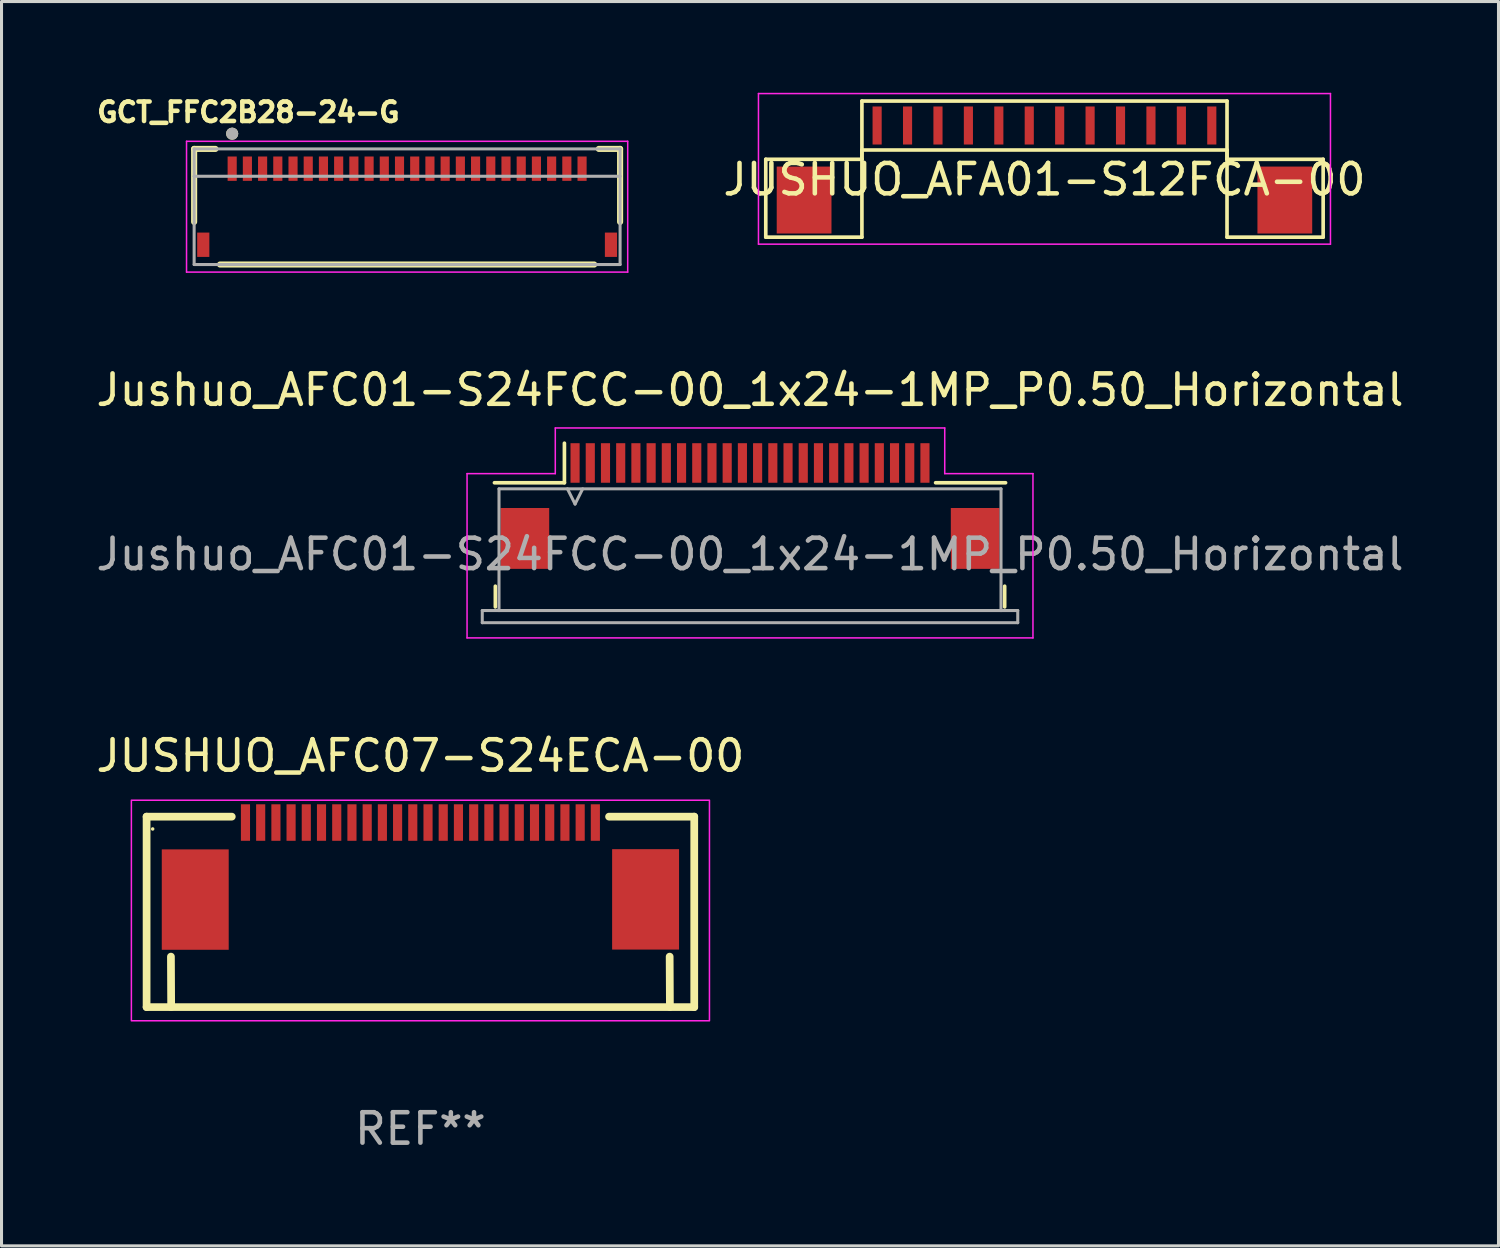
<source format=kicad_pcb>
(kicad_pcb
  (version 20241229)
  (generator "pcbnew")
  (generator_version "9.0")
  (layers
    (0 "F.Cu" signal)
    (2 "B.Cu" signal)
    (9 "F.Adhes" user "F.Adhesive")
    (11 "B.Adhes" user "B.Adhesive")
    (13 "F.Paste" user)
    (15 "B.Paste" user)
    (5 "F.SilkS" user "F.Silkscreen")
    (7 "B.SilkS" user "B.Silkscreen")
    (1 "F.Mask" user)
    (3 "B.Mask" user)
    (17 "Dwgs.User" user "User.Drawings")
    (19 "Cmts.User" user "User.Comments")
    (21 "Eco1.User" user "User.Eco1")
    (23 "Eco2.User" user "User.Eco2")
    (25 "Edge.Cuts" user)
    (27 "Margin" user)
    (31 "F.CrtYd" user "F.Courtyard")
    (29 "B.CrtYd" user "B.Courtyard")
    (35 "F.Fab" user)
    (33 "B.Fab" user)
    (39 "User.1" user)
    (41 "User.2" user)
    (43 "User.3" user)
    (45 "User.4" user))
  (footprint "JUSHUO_AFA01-S12FCA-00"
    (layer "F.Cu")
    (at 31.279 1.075)
    (property "Reference" "JUSHUO_AFA01-S12FCA-00" (at 0 1.775 0) (layer "F.SilkS") (effects (font (size 1 1) (thickness 0.15))))
    (attr through_hole)
    (fp_line (start -9.16 1.11) (end -6 1.11) (stroke (width 0.12) (type default)) (layer "F.SilkS"))
    (fp_line (start -9.16 3.67) (end -9.16 1.11) (stroke (width 0.12) (type default)) (layer "F.SilkS"))
    (fp_line (start -6 -0.805) (end 6 -0.805) (stroke (width 0.12) (type default)) (layer "F.SilkS"))
    (fp_line (start -6 0.805) (end -6 3.67) (stroke (width 0.12) (type default)) (layer "F.SilkS"))
    (fp_line (start -6 0.805) (end 6 0.805) (stroke (width 0.12) (type default)) (layer "F.SilkS"))
    (fp_line (start -6 1.11) (end -6 -0.805) (stroke (width 0.12) (type default)) (layer "F.SilkS"))
    (fp_line (start -6 3.67) (end -9.16 3.67) (stroke (width 0.12) (type default)) (layer "F.SilkS"))
    (fp_line (start 6 0.805) (end 6 3.67) (stroke (width 0.12) (type default)) (layer "F.SilkS"))
    (fp_line (start 6 1.11) (end 6 -0.805) (stroke (width 0.12) (type default)) (layer "F.SilkS"))
    (fp_line (start 6 3.67) (end 9.16 3.67) (stroke (width 0.12) (type default)) (layer "F.SilkS"))
    (fp_line (start 9.16 1.11) (end 6 1.11) (stroke (width 0.12) (type default)) (layer "F.SilkS"))
    (fp_line (start 9.16 3.67) (end 9.16 1.11) (stroke (width 0.12) (type default)) (layer "F.SilkS"))
    (fp_line (start -9.4 -1.05) (end -9.4 3.9) (stroke (width 0.05) (type default)) (layer "F.CrtYd"))
    (fp_line (start -9.4 -1.05) (end 9.4 -1.05) (stroke (width 0.05) (type default)) (layer "F.CrtYd"))
    (fp_line (start -9.4 3.9) (end 9.4 3.9) (stroke (width 0.05) (type default)) (layer "F.CrtYd"))
    (fp_line (start 9.4 -1.05) (end 9.4 3.9) (stroke (width 0.05) (type default)) (layer "F.CrtYd"))
    (pad "" smd rect (at -7.9 2.45) (size 1.8 2.2) (layers "F.Cu" "F.Mask" "F.Paste"))
    (pad "" smd rect (at 7.9 2.45) (size 1.8 2.2) (layers "F.Cu" "F.Mask" "F.Paste"))
    (pad "1" smd rect (at -5.5 0) (size 0.3 1.25) (layers "F.Cu" "F.Mask" "F.Paste"))
    (pad "2" smd rect (at -4.5 0) (size 0.3 1.25) (layers "F.Cu" "F.Mask" "F.Paste"))
    (pad "3" smd rect (at -3.5 0) (size 0.3 1.25) (layers "F.Cu" "F.Mask" "F.Paste"))
    (pad "4" smd rect (at -2.5 0) (size 0.3 1.25) (layers "F.Cu" "F.Mask" "F.Paste"))
    (pad "5" smd rect (at -1.5 0) (size 0.3 1.25) (layers "F.Cu" "F.Mask" "F.Paste"))
    (pad "6" smd rect (at -0.5 0) (size 0.3 1.25) (layers "F.Cu" "F.Mask" "F.Paste"))
    (pad "7" smd rect (at 0.5 0) (size 0.3 1.25) (layers "F.Cu" "F.Mask" "F.Paste"))
    (pad "8" smd rect (at 1.5 0) (size 0.3 1.25) (layers "F.Cu" "F.Mask" "F.Paste"))
    (pad "9" smd rect (at 2.5 0) (size 0.3 1.25) (layers "F.Cu" "F.Mask" "F.Paste"))
    (pad "10" smd rect (at 3.5 0) (size 0.3 1.25) (layers "F.Cu" "F.Mask" "F.Paste"))
    (pad "11" smd rect (at 4.5 0) (size 0.3 1.25) (layers "F.Cu" "F.Mask" "F.Paste"))
    (pad "12" smd rect (at 5.5 0) (size 0.3 1.25) (layers "F.Cu" "F.Mask" "F.Paste")))
  (footprint "JUSHUO_AFC07-S24ECA-00"
    (layer "F.Cu")
    (at 10.768 25.251)
    (property "Reference" "JUSHUO_AFC07-S24ECA-00" (at 0.000025 -3.46 0) (layer "F.SilkS") (effects (font (size 1 1) (thickness 0.15))))
    (attr smd)
    (fp_line (start -9 4.8) (end -9 -1.46) (stroke (width 0.254) (type solid)) (layer "F.SilkS"))
    (fp_line (start -9 4.8) (end 9 4.8) (stroke (width 0.254) (type solid)) (layer "F.SilkS"))
    (fp_line (start -9 -1.46) (end -6.2 -1.46) (stroke (width 0.254) (type solid)) (layer "F.SilkS"))
    (fp_line (start -8.192 4.8) (end -8.2 3.141) (stroke (width 0.254) (type solid)) (layer "F.SilkS"))
    (fp_line (start 6.2 -1.46) (end 9 -1.46) (stroke (width 0.254) (type solid)) (layer "F.SilkS"))
    (fp_line (start 8.192 3.141) (end 8.2 4.8) (stroke (width 0.254) (type solid)) (layer "F.SilkS"))
    (fp_line (start 9 -1.46) (end 9 4.8) (stroke (width 0.254) (type solid)) (layer "F.SilkS"))
    (fp_circle (center -8.8 -1.055) (end -8.77 -1.055) (stroke (width 0.06) (type solid)) (fill no) (layer "F.SilkS"))
    (fp_rect (start -9.5 -2) (end 9.5 5.25) (stroke (width 0.05) (type default)) (fill no) (layer "F.CrtYd"))
    (fp_text user "REF**" (at 0.000025 8.8 0) (layer "F.Fab") (effects (font (size 1 1) (thickness 0.15))))
    (pad "1" smd rect (at -5.75 -1.266 180) (size 0.3 1.2) (layers "F.Cu" "F.Mask" "F.Paste"))
    (pad "2" smd rect (at -5.25 -1.266 180) (size 0.3 1.2) (layers "F.Cu" "F.Mask" "F.Paste"))
    (pad "3" smd rect (at -4.749 -1.266 180) (size 0.3 1.2) (layers "F.Cu" "F.Mask" "F.Paste"))
    (pad "4" smd rect (at -4.251 -1.266 180) (size 0.3 1.2) (layers "F.Cu" "F.Mask" "F.Paste"))
    (pad "5" smd rect (at -3.751 -1.266 180) (size 0.3 1.2) (layers "F.Cu" "F.Mask" "F.Paste"))
    (pad "6" smd rect (at -3.251 -1.266 180) (size 0.3 1.2) (layers "F.Cu" "F.Mask" "F.Paste"))
    (pad "7" smd rect (at -2.75 -1.266 180) (size 0.3 1.2) (layers "F.Cu" "F.Mask" "F.Paste"))
    (pad "8" smd rect (at -2.25 -1.266 180) (size 0.3 1.2) (layers "F.Cu" "F.Mask" "F.Paste"))
    (pad "9" smd rect (at -1.749 -1.266 180) (size 0.3 1.2) (layers "F.Cu" "F.Mask" "F.Paste"))
    (pad "10" smd rect (at -1.25 -1.266 180) (size 0.3 1.2) (layers "F.Cu" "F.Mask" "F.Paste"))
    (pad "11" smd rect (at -0.75 -1.266 180) (size 0.3 1.2) (layers "F.Cu" "F.Mask" "F.Paste"))
    (pad "12" smd rect (at -0.251 -1.266 180) (size 0.3 1.2) (layers "F.Cu" "F.Mask" "F.Paste"))
    (pad "13" smd rect (at 0.25 -1.266 180) (size 0.3 1.2) (layers "F.Cu" "F.Mask" "F.Paste"))
    (pad "14" smd rect (at 0.75 -1.266 180) (size 0.3 1.2) (layers "F.Cu" "F.Mask" "F.Paste"))
    (pad "15" smd rect (at 1.25 -1.266 180) (size 0.3 1.2) (layers "F.Cu" "F.Mask" "F.Paste"))
    (pad "16" smd rect (at 1.751 -1.266 180) (size 0.3 1.2) (layers "F.Cu" "F.Mask" "F.Paste"))
    (pad "17" smd rect (at 2.25 -1.266 180) (size 0.3 1.2) (layers "F.Cu" "F.Mask" "F.Paste"))
    (pad "18" smd rect (at 2.749 -1.266 180) (size 0.3 1.2) (layers "F.Cu" "F.Mask" "F.Paste"))
    (pad "19" smd rect (at 3.249 -1.266 180) (size 0.3 1.2) (layers "F.Cu" "F.Mask" "F.Paste"))
    (pad "20" smd rect (at 3.75 -1.266 180) (size 0.3 1.2) (layers "F.Cu" "F.Mask" "F.Paste"))
    (pad "21" smd rect (at 4.25 -1.266 180) (size 0.3 1.2) (layers "F.Cu" "F.Mask" "F.Paste"))
    (pad "22" smd rect (at 4.75 -1.266 180) (size 0.3 1.2) (layers "F.Cu" "F.Mask" "F.Paste"))
    (pad "23" smd rect (at 5.251 -1.266 180) (size 0.3 1.2) (layers "F.Cu" "F.Mask" "F.Paste"))
    (pad "24" smd rect (at 5.75 -1.266 180) (size 0.3 1.2) (layers "F.Cu" "F.Mask" "F.Paste"))
    (pad "MP" smd rect (at -7.401 1.266) (size 2.2 3.3) (layers "F.Cu" "F.Mask" "F.Paste"))
    (pad "MP" smd rect (at 7.401 1.259 180) (size 2.2 3.3) (layers "F.Cu" "F.Mask" "F.Paste")))
  (footprint "GCT_FFC2B28-24-G"
    (layer "F.Cu")
    (at 10.331 3.744)
    (property "Reference" "GCT_FFC2B28-24-G" (at -5.218 -3.106 0) (layer "F.SilkS") (effects (font (size 0.64 0.64) (thickness 0.15))))
    (attr through_hole)
    (fp_line (start -7 -1.9) (end -6.3 -1.9) (stroke (width 0.2) (type solid)) (layer "F.SilkS"))
    (fp_line (start -7 0.5) (end -7 -1.9) (stroke (width 0.2) (type solid)) (layer "F.SilkS"))
    (fp_line (start -6.15 1.9) (end 6.15 1.9) (stroke (width 0.2) (type solid)) (layer "F.SilkS"))
    (fp_line (start 6.3 -1.9) (end 7 -1.9) (stroke (width 0.2) (type solid)) (layer "F.SilkS"))
    (fp_line (start 7 -1.9) (end 7 0.5) (stroke (width 0.2) (type solid)) (layer "F.SilkS"))
    (fp_circle (center -5.75 -2.4) (end -5.65 -2.4) (stroke (width 0.2) (type solid)) (fill no) (layer "F.SilkS"))
    (fp_line (start -7.25 -2.15) (end -7.25 2.15) (stroke (width 0.05) (type solid)) (layer "F.CrtYd"))
    (fp_line (start -7.25 2.15) (end 7.25 2.15) (stroke (width 0.05) (type solid)) (layer "F.CrtYd"))
    (fp_line (start 7.25 -2.15) (end -7.25 -2.15) (stroke (width 0.05) (type solid)) (layer "F.CrtYd"))
    (fp_line (start 7.25 2.15) (end 7.25 -2.15) (stroke (width 0.05) (type solid)) (layer "F.CrtYd"))
    (fp_line (start -7 -1.9) (end 7 -1.9) (stroke (width 0.1) (type solid)) (layer "F.Fab"))
    (fp_line (start -7 -1) (end -7 -1.9) (stroke (width 0.1) (type solid)) (layer "F.Fab"))
    (fp_line (start -7 -1) (end 7 -1) (stroke (width 0.1) (type solid)) (layer "F.Fab"))
    (fp_line (start -7 1.9) (end -7 -1) (stroke (width 0.1) (type solid)) (layer "F.Fab"))
    (fp_line (start 7 -1.9) (end 7 -1) (stroke (width 0.1) (type solid)) (layer "F.Fab"))
    (fp_line (start 7 -1) (end 7 1.9) (stroke (width 0.1) (type solid)) (layer "F.Fab"))
    (fp_line (start 7 1.9) (end -7 1.9) (stroke (width 0.1) (type solid)) (layer "F.Fab"))
    (fp_circle (center -5.75 -2.4) (end -5.65 -2.4) (stroke (width 0.2) (type solid)) (fill no) (layer "F.Fab"))
    (pad "1" smd rect (at -5.75 -1.25) (size 0.3 0.8) (layers "F.Cu" "F.Mask" "F.Paste"))
    (pad "2" smd rect (at -5.25 -1.25) (size 0.3 0.8) (layers "F.Cu" "F.Mask" "F.Paste"))
    (pad "3" smd rect (at -4.75 -1.25) (size 0.3 0.8) (layers "F.Cu" "F.Mask" "F.Paste"))
    (pad "4" smd rect (at -4.25 -1.25) (size 0.3 0.8) (layers "F.Cu" "F.Mask" "F.Paste"))
    (pad "5" smd rect (at -3.75 -1.25) (size 0.3 0.8) (layers "F.Cu" "F.Mask" "F.Paste"))
    (pad "6" smd rect (at -3.25 -1.25) (size 0.3 0.8) (layers "F.Cu" "F.Mask" "F.Paste"))
    (pad "7" smd rect (at -2.75 -1.25) (size 0.3 0.8) (layers "F.Cu" "F.Mask" "F.Paste"))
    (pad "8" smd rect (at -2.25 -1.25) (size 0.3 0.8) (layers "F.Cu" "F.Mask" "F.Paste"))
    (pad "9" smd rect (at -1.75 -1.25) (size 0.3 0.8) (layers "F.Cu" "F.Mask" "F.Paste"))
    (pad "10" smd rect (at -1.25 -1.25) (size 0.3 0.8) (layers "F.Cu" "F.Mask" "F.Paste"))
    (pad "11" smd rect (at -0.75 -1.25) (size 0.3 0.8) (layers "F.Cu" "F.Mask" "F.Paste"))
    (pad "12" smd rect (at -0.25 -1.25) (size 0.3 0.8) (layers "F.Cu" "F.Mask" "F.Paste"))
    (pad "13" smd rect (at 0.25 -1.25) (size 0.3 0.8) (layers "F.Cu" "F.Mask" "F.Paste"))
    (pad "14" smd rect (at 0.75 -1.25) (size 0.3 0.8) (layers "F.Cu" "F.Mask" "F.Paste"))
    (pad "15" smd rect (at 1.25 -1.25) (size 0.3 0.8) (layers "F.Cu" "F.Mask" "F.Paste"))
    (pad "16" smd rect (at 1.75 -1.25) (size 0.3 0.8) (layers "F.Cu" "F.Mask" "F.Paste"))
    (pad "17" smd rect (at 2.25 -1.25) (size 0.3 0.8) (layers "F.Cu" "F.Mask" "F.Paste"))
    (pad "18" smd rect (at 2.75 -1.25) (size 0.3 0.8) (layers "F.Cu" "F.Mask" "F.Paste"))
    (pad "19" smd rect (at 3.25 -1.25) (size 0.3 0.8) (layers "F.Cu" "F.Mask" "F.Paste"))
    (pad "20" smd rect (at 3.75 -1.25) (size 0.3 0.8) (layers "F.Cu" "F.Mask" "F.Paste"))
    (pad "21" smd rect (at 4.25 -1.25) (size 0.3 0.8) (layers "F.Cu" "F.Mask" "F.Paste"))
    (pad "22" smd rect (at 4.75 -1.25) (size 0.3 0.8) (layers "F.Cu" "F.Mask" "F.Paste"))
    (pad "23" smd rect (at 5.25 -1.25) (size 0.3 0.8) (layers "F.Cu" "F.Mask" "F.Paste"))
    (pad "24" smd rect (at 5.75 -1.25) (size 0.3 0.8) (layers "F.Cu" "F.Mask" "F.Paste"))
    (pad "S1" smd rect (at -6.7 1.25) (size 0.4 0.8) (layers "F.Cu" "F.Mask" "F.Paste"))
    (pad "S2" smd rect (at 6.7 1.25) (size 0.4 0.8) (layers "F.Cu" "F.Mask" "F.Paste")))
  (footprint "Jushuo_AFC01-S24FCC-00_1x24-1MP_P0.50_Horizontal"
    (layer "F.Cu")
    (at 21.601 13.767)
    (property "Reference" "Jushuo_AFC01-S24FCC-00_1x24-1MP_P0.50_Horizontal" (at 0 -4 0) (layer "F.SilkS") (effects (font (size 1 1) (thickness 0.15))))
    (attr smd)
    (fp_line (start -8.37 2.45) (end -8.37 3.13) (stroke (width 0.12) (type solid)) (layer "F.SilkS"))
    (fp_line (start -6.1 -0.95) (end -8.4 -0.95) (stroke (width 0.12) (type solid)) (layer "F.SilkS"))
    (fp_line (start -6.1 -0.95) (end -6.1 -2.25) (stroke (width 0.12) (type solid)) (layer "F.SilkS"))
    (fp_line (start 6.1 -0.95) (end 8.4 -0.95) (stroke (width 0.12) (type solid)) (layer "F.SilkS"))
    (fp_line (start 8.37 2.45) (end 8.37 3.13) (stroke (width 0.12) (type solid)) (layer "F.SilkS"))
    (fp_line (start -9.3 -1.25) (end -9.3 4.15) (stroke (width 0.05) (type solid)) (layer "F.CrtYd"))
    (fp_line (start -9.3 4.15) (end 9.3 4.15) (stroke (width 0.05) (type solid)) (layer "F.CrtYd"))
    (fp_line (start -6.4 -2.75) (end -6.4 -1.25) (stroke (width 0.05) (type solid)) (layer "F.CrtYd"))
    (fp_line (start -6.4 -1.25) (end -9.3 -1.25) (stroke (width 0.05) (type solid)) (layer "F.CrtYd"))
    (fp_line (start 6.4 -2.75) (end -6.4 -2.75) (stroke (width 0.05) (type solid)) (layer "F.CrtYd"))
    (fp_line (start 6.4 -1.25) (end 6.4 -2.75) (stroke (width 0.05) (type solid)) (layer "F.CrtYd"))
    (fp_line (start 9.3 -1.25) (end 6.4 -1.25) (stroke (width 0.05) (type solid)) (layer "F.CrtYd"))
    (fp_line (start 9.3 4.15) (end 9.3 -1.25) (stroke (width 0.05) (type solid)) (layer "F.CrtYd"))
    (fp_line (start -8.8 3.25) (end -8.8 3.65) (stroke (width 0.1) (type solid)) (layer "F.Fab"))
    (fp_line (start -8.8 3.65) (end 8.8 3.65) (stroke (width 0.1) (type solid)) (layer "F.Fab"))
    (fp_line (start -8.25 -0.75) (end 8.25 -0.75) (stroke (width 0.1) (type solid)) (layer "F.Fab"))
    (fp_line (start -8.25 3.25) (end -8.8 3.25) (stroke (width 0.1) (type solid)) (layer "F.Fab"))
    (fp_line (start -8.25 3.25) (end -8.25 -0.75) (stroke (width 0.1) (type solid)) (layer "F.Fab"))
    (fp_line (start -6 -0.75) (end -5.75 -0.25) (stroke (width 0.1) (type solid)) (layer "F.Fab"))
    (fp_line (start -5.75 -0.25) (end -5.5 -0.75) (stroke (width 0.1) (type solid)) (layer "F.Fab"))
    (fp_line (start 8.25 3.25) (end -8.25 3.25) (stroke (width 0.1) (type solid)) (layer "F.Fab"))
    (fp_line (start 8.25 3.25) (end 8.25 -0.75) (stroke (width 0.1) (type solid)) (layer "F.Fab"))
    (fp_line (start 8.8 3.25) (end 8.25 3.25) (stroke (width 0.1) (type solid)) (layer "F.Fab"))
    (fp_line (start 8.8 3.65) (end 8.8 3.25) (stroke (width 0.1) (type solid)) (layer "F.Fab"))
    (fp_text user "${REFERENCE}" (at 0 1.4 0) (unlocked yes) (layer "F.Fab") (effects (font (size 1 1) (thickness 0.15))))
    (pad "1" smd rect (at -5.75 -1.6) (size 0.3 1.3) (layers "F.Cu" "F.Mask" "F.Paste"))
    (pad "2" smd rect (at -5.25 -1.6) (size 0.3 1.3) (layers "F.Cu" "F.Mask" "F.Paste"))
    (pad "3" smd rect (at -4.75 -1.6) (size 0.3 1.3) (layers "F.Cu" "F.Mask" "F.Paste"))
    (pad "4" smd rect (at -4.25 -1.6) (size 0.3 1.3) (layers "F.Cu" "F.Mask" "F.Paste"))
    (pad "5" smd rect (at -3.75 -1.6) (size 0.3 1.3) (layers "F.Cu" "F.Mask" "F.Paste"))
    (pad "6" smd rect (at -3.25 -1.6) (size 0.3 1.3) (layers "F.Cu" "F.Mask" "F.Paste"))
    (pad "7" smd rect (at -2.75 -1.6) (size 0.3 1.3) (layers "F.Cu" "F.Mask" "F.Paste"))
    (pad "8" smd rect (at -2.25 -1.6) (size 0.3 1.3) (layers "F.Cu" "F.Mask" "F.Paste"))
    (pad "9" smd rect (at -1.75 -1.6) (size 0.3 1.3) (layers "F.Cu" "F.Mask" "F.Paste"))
    (pad "10" smd rect (at -1.25 -1.6) (size 0.3 1.3) (layers "F.Cu" "F.Mask" "F.Paste"))
    (pad "11" smd rect (at -0.75 -1.6) (size 0.3 1.3) (layers "F.Cu" "F.Mask" "F.Paste"))
    (pad "12" smd rect (at -0.25 -1.6) (size 0.3 1.3) (layers "F.Cu" "F.Mask" "F.Paste"))
    (pad "13" smd rect (at 0.25 -1.6) (size 0.3 1.3) (layers "F.Cu" "F.Mask" "F.Paste"))
    (pad "14" smd rect (at 0.75 -1.6) (size 0.3 1.3) (layers "F.Cu" "F.Mask" "F.Paste"))
    (pad "15" smd rect (at 1.25 -1.6) (size 0.3 1.3) (layers "F.Cu" "F.Mask" "F.Paste"))
    (pad "16" smd rect (at 1.75 -1.6) (size 0.3 1.3) (layers "F.Cu" "F.Mask" "F.Paste"))
    (pad "17" smd rect (at 2.25 -1.6) (size 0.3 1.3) (layers "F.Cu" "F.Mask" "F.Paste"))
    (pad "18" smd rect (at 2.75 -1.6) (size 0.3 1.3) (layers "F.Cu" "F.Mask" "F.Paste"))
    (pad "19" smd rect (at 3.25 -1.6) (size 0.3 1.3) (layers "F.Cu" "F.Mask" "F.Paste"))
    (pad "20" smd rect (at 3.75 -1.6) (size 0.3 1.3) (layers "F.Cu" "F.Mask" "F.Paste"))
    (pad "21" smd rect (at 4.25 -1.6) (size 0.3 1.3) (layers "F.Cu" "F.Mask" "F.Paste"))
    (pad "22" smd rect (at 4.75 -1.6) (size 0.3 1.3) (layers "F.Cu" "F.Mask" "F.Paste"))
    (pad "23" smd rect (at 5.25 -1.6) (size 0.3 1.3) (layers "F.Cu" "F.Mask" "F.Paste"))
    (pad "24" smd rect (at 5.75 -1.6) (size 0.3 1.3) (layers "F.Cu" "F.Mask" "F.Paste"))
    (pad "MP" smd rect (at -7.4 0.88) (size 1.6 2) (layers "F.Cu" "F.Mask" "F.Paste"))
    (pad "MP" smd rect (at 7.4 0.88) (size 1.6 2) (layers "F.Cu" "F.Mask" "F.Paste")))
  (gr_rect
    (start -3 -3)
    (end 46.202 37.899)
    (stroke (width 0.1) (type default))
    (fill no)
    (layer "Edge.Cuts")))
</source>
